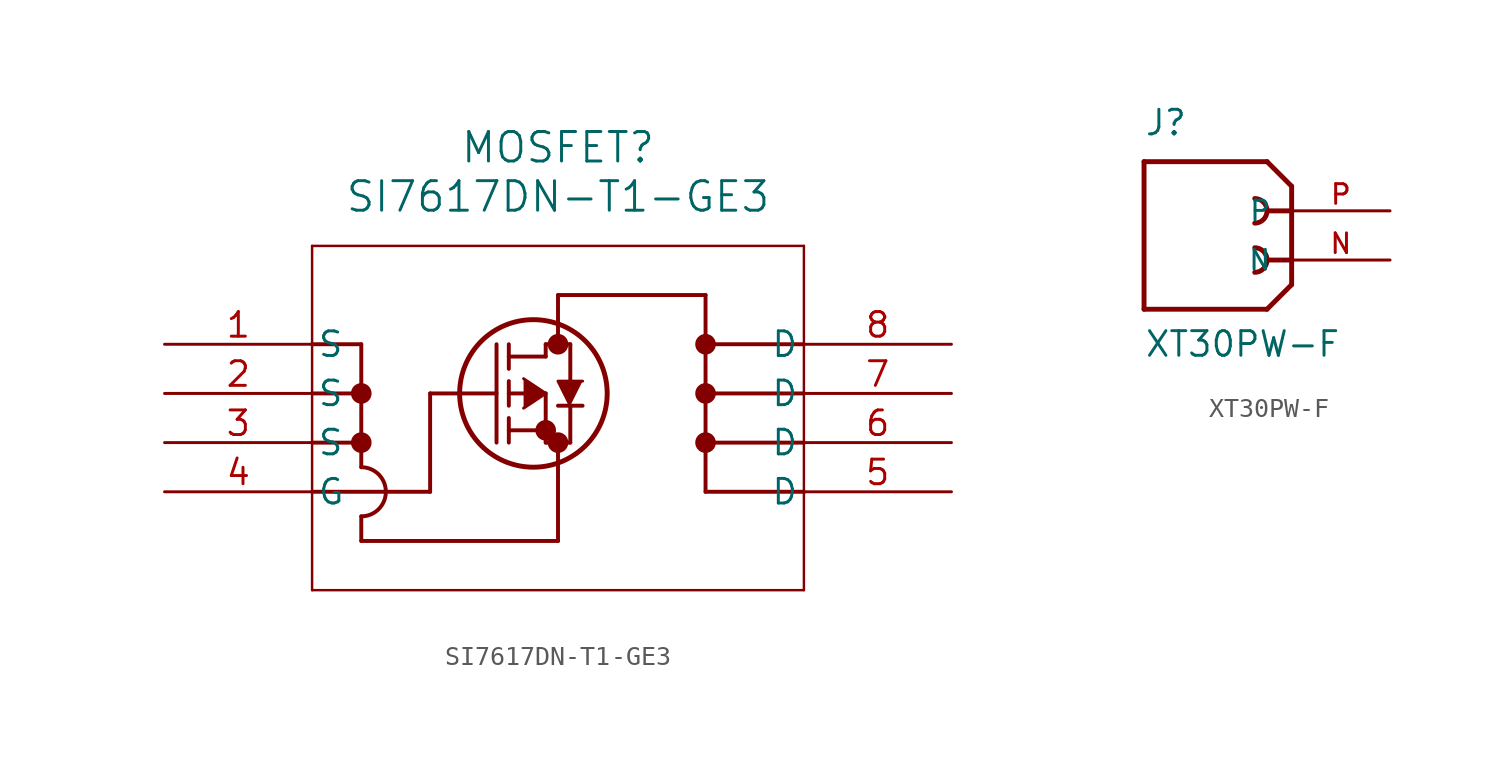
<source format=kicad_sym>
(kicad_symbol_lib
  (version 20241209)
  (generator "kicad_symbol_editor")
  (generator_version "9.0")
  (symbol "SI7617DN-T1-GE3"
    (pin_names
      (offset 0.254))
    (property "Reference" "MOSFET"
      (at 20.32 10.16 0)
      (effects (font (size 1.524 1.524))))
    (property "Value" "SI7617DN-T1-GE3"
      (at 20.32 7.62 0)
      (effects (font (size 1.524 1.524))))
    (property "ki_locked" ""
      (at 0 0 0)
      (effects (font (size 1.27 1.27))))
    (symbol "SI7617DN-T1-GE3_0_1"
      (polyline (pts (xy 7.62 5.08) (xy 7.62 -12.7)) (stroke (width 0.127) (type default)) (fill (type none)))
      (polyline (pts (xy 7.62 -7.62) (xy 13.716 -7.62)) (stroke (width 0.203) (type default)) (fill (type none)))
      (polyline (pts (xy 7.62 -12.7) (xy 33.02 -12.7)) (stroke (width 0.127) (type default)) (fill (type none)))
      (polyline (pts (xy 10.16 0) (xy 7.62 0)) (stroke (width 0.203) (type default)) (fill (type none)))
      (polyline (pts (xy 10.16 -2.54) (xy 7.62 -2.54)) (stroke (width 0.203) (type default)) (fill (type none)))
      (circle (center 10.16 -2.54) (radius 0.025) (stroke (width 0.508) (type default)) (fill (type none)))
      (polyline (pts (xy 10.16 -5.08) (xy 7.62 -5.08)) (stroke (width 0.203) (type default)) (fill (type none)))
      (circle (center 10.16 -5.08) (radius 0.025) (stroke (width 0.508) (type default)) (fill (type none)))
      (polyline (pts (xy 10.16 -6.35) (xy 10.16 0)) (stroke (width 0.203) (type default)) (fill (type none)))
      (arc (start 10.16 -6.35) (mid 11.43 -7.62) (end 10.16 -8.89) (stroke (width 0.2032) (type default)) (fill (type none)))
      (polyline (pts (xy 10.16 -10.16) (xy 10.16 -8.89)) (stroke (width 0.203) (type default)) (fill (type none)))
      (polyline (pts (xy 13.716 -2.54) (xy 17.145 -2.54)) (stroke (width 0.203) (type default)) (fill (type none)))
      (polyline (pts (xy 13.716 -7.62) (xy 13.716 -2.54)) (stroke (width 0.203) (type default)) (fill (type none)))
      (polyline (pts (xy 17.145 -5.08) (xy 17.145 0)) (stroke (width 0.203) (type default)) (fill (type none)))
      (polyline (pts (xy 17.78 -0.635) (xy 19.685 -0.635)) (stroke (width 0.203) (type default)) (fill (type none)))
      (polyline (pts (xy 17.78 -1.27) (xy 17.78 0)) (stroke (width 0.203) (type default)) (fill (type none)))
      (polyline (pts (xy 17.78 -2.54) (xy 19.685 -2.54)) (stroke (width 0.203) (type default)) (fill (type none)))
      (polyline (pts (xy 17.78 -3.175) (xy 17.78 -1.905)) (stroke (width 0.203) (type default)) (fill (type none)))
      (polyline (pts (xy 17.78 -4.445) (xy 19.685 -4.445)) (stroke (width 0.203) (type default)) (fill (type none)))
      (polyline (pts (xy 17.78 -5.08) (xy 17.78 -3.81)) (stroke (width 0.203) (type default)) (fill (type none)))
      (polyline (pts (xy 18.542 -1.778) (xy 19.685 -2.54) (xy 18.542 -3.302)) (stroke (width 0) (type default)) (fill (type outline)))
      (circle (center 19.05 -2.54) (radius 3.81) (stroke (width 0.254) (type default)) (fill (type none)))
      (polyline (pts (xy 19.685 0) (xy 20.955 0)) (stroke (width 0.203) (type default)) (fill (type none)))
      (polyline (pts (xy 19.685 -0.635) (xy 19.685 0)) (stroke (width 0.203) (type default)) (fill (type none)))
      (circle (center 19.685 -4.445) (radius 0.025) (stroke (width 0.508) (type default)) (fill (type none)))
      (polyline (pts (xy 19.685 -5.08) (xy 19.685 -2.54)) (stroke (width 0.203) (type default)) (fill (type none)))
      (polyline (pts (xy 19.685 -5.08) (xy 20.955 -5.08)) (stroke (width 0.203) (type default)) (fill (type none)))
      (polyline (pts (xy 20.32 0) (xy 20.32 2.54)) (stroke (width 0.203) (type default)) (fill (type none)))
      (circle (center 20.32 0) (radius 0.025) (stroke (width 0.508) (type default)) (fill (type none)))
      (circle (center 20.32 -5.08) (radius 0.025) (stroke (width 0.508) (type default)) (fill (type none)))
      (polyline (pts (xy 20.32 -10.16) (xy 10.16 -10.16)) (stroke (width 0.203) (type default)) (fill (type none)))
      (polyline (pts (xy 20.32 -10.16) (xy 20.32 -5.08)) (stroke (width 0.203) (type default)) (fill (type none)))
      (polyline (pts (xy 20.955 -1.905) (xy 20.955 0)) (stroke (width 0.203) (type default)) (fill (type none)))
      (polyline (pts (xy 20.955 -5.08) (xy 20.955 -3.175)) (stroke (width 0.203) (type default)) (fill (type none)))
      (polyline (pts (xy 21.59 -1.905) (xy 20.32 -1.905) (xy 20.955 -3.175)) (stroke (width 0) (type default)) (fill (type outline)))
      (polyline (pts (xy 21.59 -3.175) (xy 20.32 -3.175)) (stroke (width 0.203) (type default)) (fill (type none)))
      (polyline (pts (xy 27.94 2.54) (xy 20.32 2.54)) (stroke (width 0.203) (type default)) (fill (type none)))
      (polyline (pts (xy 27.94 0) (xy 33.02 0)) (stroke (width 0.203) (type default)) (fill (type none)))
      (circle (center 27.94 0) (radius 0.025) (stroke (width 0.508) (type default)) (fill (type none)))
      (polyline (pts (xy 27.94 -2.54) (xy 33.02 -2.54)) (stroke (width 0.203) (type default)) (fill (type none)))
      (circle (center 27.94 -2.54) (radius 0.025) (stroke (width 0.508) (type default)) (fill (type none)))
      (polyline (pts (xy 27.94 -5.08) (xy 33.02 -5.08)) (stroke (width 0.203) (type default)) (fill (type none)))
      (circle (center 27.94 -5.08) (radius 0.025) (stroke (width 0.508) (type default)) (fill (type none)))
      (polyline (pts (xy 27.94 -7.62) (xy 27.94 2.54)) (stroke (width 0.203) (type default)) (fill (type none)))
      (polyline (pts (xy 27.94 -7.62) (xy 33.02 -7.62)) (stroke (width 0.203) (type default)) (fill (type none)))
      (polyline (pts (xy 33.02 5.08) (xy 7.62 5.08)) (stroke (width 0.127) (type default)) (fill (type none)))
      (polyline (pts (xy 33.02 -12.7) (xy 33.02 5.08)) (stroke (width 0.127) (type default)) (fill (type none)))
      (pin unspecified line (at 0 0 0) (length 7.62) (name "S" (effects (font (size 1.27 1.27)))) (number "1" (effects (font (size 1.27 1.27)))))
      (pin unspecified line (at 0 -2.54 0) (length 7.62) (name "S" (effects (font (size 1.27 1.27)))) (number "2" (effects (font (size 1.27 1.27)))))
      (pin unspecified line (at 0 -5.08 0) (length 7.62) (name "S" (effects (font (size 1.27 1.27)))) (number "3" (effects (font (size 1.27 1.27)))))
      (pin unspecified line (at 0 -7.62 0) (length 7.62) (name "G" (effects (font (size 1.27 1.27)))) (number "4" (effects (font (size 1.27 1.27)))))
      (pin unspecified line (at 40.64 0 180) (length 7.62) (name "D" (effects (font (size 1.27 1.27)))) (number "8" (effects (font (size 1.27 1.27)))))
      (pin unspecified line (at 40.64 -2.54 180) (length 7.62) (name "D" (effects (font (size 1.27 1.27)))) (number "7" (effects (font (size 1.27 1.27)))))
      (pin unspecified line (at 40.64 -5.08 180) (length 7.62) (name "D" (effects (font (size 1.27 1.27)))) (number "6" (effects (font (size 1.27 1.27)))))
      (pin unspecified line (at 40.64 -7.62 180) (length 7.62) (name "D" (effects (font (size 1.27 1.27)))) (number "5" (effects (font (size 1.27 1.27)))))))
  (symbol "XT30PW-F"
    (pin_names
      (offset 1.016))
    (property "Reference" "J"
      (at -7.62 3.81 0)
      (effects (font (size 1.27 1.27)) (justify left bottom)))
    (property "Value" "XT30PW-F"
      (at -7.62 -7.62 0)
      (effects (font (size 1.27 1.27)) (justify left bottom)))
    (symbol "XT30PW-F_0_0"
      (polyline (pts (xy -7.62 2.54) (xy -1.27 2.54)) (stroke (width 0.254) (type default)) (fill (type none)))
      (polyline (pts (xy -7.62 -5.08) (xy -7.62 2.54)) (stroke (width 0.254) (type default)) (fill (type none)))
      (arc (start -1.905 0.635) (mid -1.27 0) (end -1.905 -0.635) (stroke (width 0.254) (type default)) (fill (type none)))
      (arc (start -1.905 -1.905) (mid -1.27 -2.54) (end -1.905 -3.175) (stroke (width 0.254) (type default)) (fill (type none)))
      (polyline (pts (xy -1.27 -5.08) (xy -7.62 -5.08)) (stroke (width 0.254) (type default)) (fill (type none)))
      (polyline (pts (xy 0 1.27) (xy -1.27 2.54)) (stroke (width 0.254) (type default)) (fill (type none)))
      (polyline (pts (xy 0 1.27) (xy 0 0)) (stroke (width 0.254) (type default)) (fill (type none)))
      (polyline (pts (xy 0 0) (xy -1.27 0)) (stroke (width 0.254) (type default)) (fill (type none)))
      (polyline (pts (xy 0 0) (xy 0 -3.81)) (stroke (width 0.254) (type default)) (fill (type none)))
      (polyline (pts (xy 0 -2.54) (xy -1.27 -2.54)) (stroke (width 0.254) (type default)) (fill (type none)))
      (polyline (pts (xy 0 -3.81) (xy -1.27 -5.08)) (stroke (width 0.254) (type default)) (fill (type none)))
      (pin power_in line (at 5.08 0 180) (length 5.08) (name "P" (effects (font (size 1.016 1.016)))) (number "P" (effects (font (size 1.016 1.016)))))
      (pin power_in line (at 5.08 -2.54 180) (length 5.08) (name "N" (effects (font (size 1.016 1.016)))) (number "N" (effects (font (size 1.016 1.016))))))))
</source>
